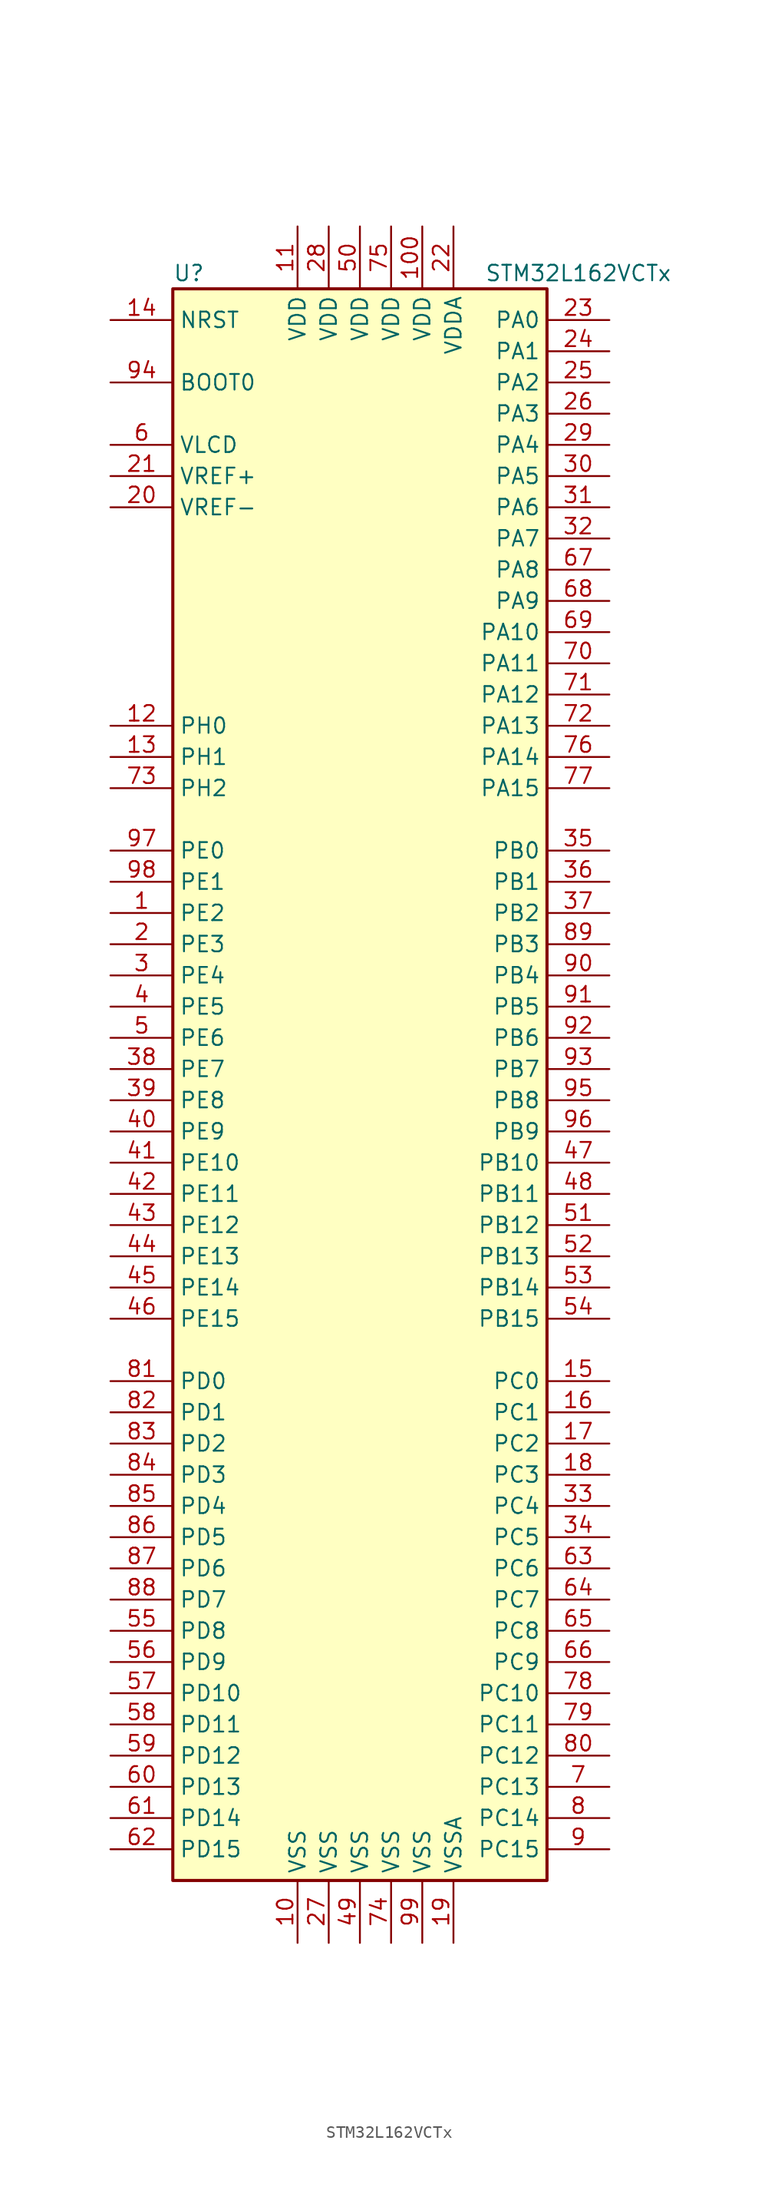
<source format=kicad_sym>
(kicad_symbol_lib
  (version 20201005)
  (generator kicad_symbol_editor)
  (symbol "STM32L162VCTx"
    (property "Reference" "U"
      (at -15.24 64.77 0)
      (effects (font (size 1.27 1.27)) (justify left)))
    (property "Value" "STM32L162VCTx"
      (at 10.16 64.77 0)
      (effects (font (size 1.27 1.27)) (justify left)))
    (symbol "STM32L162VCTx_0_1"
      (rectangle (start -15.24 -66.04) (end 15.24 63.5) (stroke (width 0.254)) (fill (type background))))
    (symbol "STM32L162VCTx_1_1"
      (pin input line (at -20.32 55.88 0) (length 5.08) (name "BOOT0" (effects (font (size 1.27 1.27)))) (number "94" (effects (font (size 1.27 1.27)))))
      (pin input line (at -20.32 60.96 0) (length 5.08) (name "NRST" (effects (font (size 1.27 1.27)))) (number "14" (effects (font (size 1.27 1.27)))))
      (pin bidirectional line (at 20.32 60.96 180) (length 5.08) (name "PA0" (effects (font (size 1.27 1.27)))) (number "23" (effects (font (size 1.27 1.27)))))
      (pin bidirectional line (at 20.32 58.42 180) (length 5.08) (name "PA1" (effects (font (size 1.27 1.27)))) (number "24" (effects (font (size 1.27 1.27)))))
      (pin bidirectional line (at 20.32 35.56 180) (length 5.08) (name "PA10" (effects (font (size 1.27 1.27)))) (number "69" (effects (font (size 1.27 1.27)))))
      (pin bidirectional line (at 20.32 33.02 180) (length 5.08) (name "PA11" (effects (font (size 1.27 1.27)))) (number "70" (effects (font (size 1.27 1.27)))))
      (pin bidirectional line (at 20.32 30.48 180) (length 5.08) (name "PA12" (effects (font (size 1.27 1.27)))) (number "71" (effects (font (size 1.27 1.27)))))
      (pin bidirectional line (at 20.32 27.94 180) (length 5.08) (name "PA13" (effects (font (size 1.27 1.27)))) (number "72" (effects (font (size 1.27 1.27)))))
      (pin bidirectional line (at 20.32 25.4 180) (length 5.08) (name "PA14" (effects (font (size 1.27 1.27)))) (number "76" (effects (font (size 1.27 1.27)))))
      (pin bidirectional line (at 20.32 22.86 180) (length 5.08) (name "PA15" (effects (font (size 1.27 1.27)))) (number "77" (effects (font (size 1.27 1.27)))))
      (pin bidirectional line (at 20.32 55.88 180) (length 5.08) (name "PA2" (effects (font (size 1.27 1.27)))) (number "25" (effects (font (size 1.27 1.27)))))
      (pin bidirectional line (at 20.32 53.34 180) (length 5.08) (name "PA3" (effects (font (size 1.27 1.27)))) (number "26" (effects (font (size 1.27 1.27)))))
      (pin bidirectional line (at 20.32 50.8 180) (length 5.08) (name "PA4" (effects (font (size 1.27 1.27)))) (number "29" (effects (font (size 1.27 1.27)))))
      (pin bidirectional line (at 20.32 48.26 180) (length 5.08) (name "PA5" (effects (font (size 1.27 1.27)))) (number "30" (effects (font (size 1.27 1.27)))))
      (pin bidirectional line (at 20.32 45.72 180) (length 5.08) (name "PA6" (effects (font (size 1.27 1.27)))) (number "31" (effects (font (size 1.27 1.27)))))
      (pin bidirectional line (at 20.32 43.18 180) (length 5.08) (name "PA7" (effects (font (size 1.27 1.27)))) (number "32" (effects (font (size 1.27 1.27)))))
      (pin bidirectional line (at 20.32 40.64 180) (length 5.08) (name "PA8" (effects (font (size 1.27 1.27)))) (number "67" (effects (font (size 1.27 1.27)))))
      (pin bidirectional line (at 20.32 38.1 180) (length 5.08) (name "PA9" (effects (font (size 1.27 1.27)))) (number "68" (effects (font (size 1.27 1.27)))))
      (pin bidirectional line (at 20.32 17.78 180) (length 5.08) (name "PB0" (effects (font (size 1.27 1.27)))) (number "35" (effects (font (size 1.27 1.27)))))
      (pin bidirectional line (at 20.32 15.24 180) (length 5.08) (name "PB1" (effects (font (size 1.27 1.27)))) (number "36" (effects (font (size 1.27 1.27)))))
      (pin bidirectional line (at 20.32 -7.62 180) (length 5.08) (name "PB10" (effects (font (size 1.27 1.27)))) (number "47" (effects (font (size 1.27 1.27)))))
      (pin bidirectional line (at 20.32 -10.16 180) (length 5.08) (name "PB11" (effects (font (size 1.27 1.27)))) (number "48" (effects (font (size 1.27 1.27)))))
      (pin bidirectional line (at 20.32 -12.7 180) (length 5.08) (name "PB12" (effects (font (size 1.27 1.27)))) (number "51" (effects (font (size 1.27 1.27)))))
      (pin bidirectional line (at 20.32 -15.24 180) (length 5.08) (name "PB13" (effects (font (size 1.27 1.27)))) (number "52" (effects (font (size 1.27 1.27)))))
      (pin bidirectional line (at 20.32 -17.78 180) (length 5.08) (name "PB14" (effects (font (size 1.27 1.27)))) (number "53" (effects (font (size 1.27 1.27)))))
      (pin bidirectional line (at 20.32 -20.32 180) (length 5.08) (name "PB15" (effects (font (size 1.27 1.27)))) (number "54" (effects (font (size 1.27 1.27)))))
      (pin bidirectional line (at 20.32 12.7 180) (length 5.08) (name "PB2" (effects (font (size 1.27 1.27)))) (number "37" (effects (font (size 1.27 1.27)))))
      (pin bidirectional line (at 20.32 10.16 180) (length 5.08) (name "PB3" (effects (font (size 1.27 1.27)))) (number "89" (effects (font (size 1.27 1.27)))))
      (pin bidirectional line (at 20.32 7.62 180) (length 5.08) (name "PB4" (effects (font (size 1.27 1.27)))) (number "90" (effects (font (size 1.27 1.27)))))
      (pin bidirectional line (at 20.32 5.08 180) (length 5.08) (name "PB5" (effects (font (size 1.27 1.27)))) (number "91" (effects (font (size 1.27 1.27)))))
      (pin bidirectional line (at 20.32 2.54 180) (length 5.08) (name "PB6" (effects (font (size 1.27 1.27)))) (number "92" (effects (font (size 1.27 1.27)))))
      (pin bidirectional line (at 20.32 0 180) (length 5.08) (name "PB7" (effects (font (size 1.27 1.27)))) (number "93" (effects (font (size 1.27 1.27)))))
      (pin bidirectional line (at 20.32 -2.54 180) (length 5.08) (name "PB8" (effects (font (size 1.27 1.27)))) (number "95" (effects (font (size 1.27 1.27)))))
      (pin bidirectional line (at 20.32 -5.08 180) (length 5.08) (name "PB9" (effects (font (size 1.27 1.27)))) (number "96" (effects (font (size 1.27 1.27)))))
      (pin bidirectional line (at 20.32 -25.4 180) (length 5.08) (name "PC0" (effects (font (size 1.27 1.27)))) (number "15" (effects (font (size 1.27 1.27)))))
      (pin bidirectional line (at 20.32 -27.94 180) (length 5.08) (name "PC1" (effects (font (size 1.27 1.27)))) (number "16" (effects (font (size 1.27 1.27)))))
      (pin bidirectional line (at 20.32 -50.8 180) (length 5.08) (name "PC10" (effects (font (size 1.27 1.27)))) (number "78" (effects (font (size 1.27 1.27)))))
      (pin bidirectional line (at 20.32 -53.34 180) (length 5.08) (name "PC11" (effects (font (size 1.27 1.27)))) (number "79" (effects (font (size 1.27 1.27)))))
      (pin bidirectional line (at 20.32 -55.88 180) (length 5.08) (name "PC12" (effects (font (size 1.27 1.27)))) (number "80" (effects (font (size 1.27 1.27)))))
      (pin bidirectional line (at 20.32 -58.42 180) (length 5.08) (name "PC13" (effects (font (size 1.27 1.27)))) (number "7" (effects (font (size 1.27 1.27)))))
      (pin bidirectional line (at 20.32 -60.96 180) (length 5.08) (name "PC14" (effects (font (size 1.27 1.27)))) (number "8" (effects (font (size 1.27 1.27)))))
      (pin bidirectional line (at 20.32 -63.5 180) (length 5.08) (name "PC15" (effects (font (size 1.27 1.27)))) (number "9" (effects (font (size 1.27 1.27)))))
      (pin bidirectional line (at 20.32 -30.48 180) (length 5.08) (name "PC2" (effects (font (size 1.27 1.27)))) (number "17" (effects (font (size 1.27 1.27)))))
      (pin bidirectional line (at 20.32 -33.02 180) (length 5.08) (name "PC3" (effects (font (size 1.27 1.27)))) (number "18" (effects (font (size 1.27 1.27)))))
      (pin bidirectional line (at 20.32 -35.56 180) (length 5.08) (name "PC4" (effects (font (size 1.27 1.27)))) (number "33" (effects (font (size 1.27 1.27)))))
      (pin bidirectional line (at 20.32 -38.1 180) (length 5.08) (name "PC5" (effects (font (size 1.27 1.27)))) (number "34" (effects (font (size 1.27 1.27)))))
      (pin bidirectional line (at 20.32 -40.64 180) (length 5.08) (name "PC6" (effects (font (size 1.27 1.27)))) (number "63" (effects (font (size 1.27 1.27)))))
      (pin bidirectional line (at 20.32 -43.18 180) (length 5.08) (name "PC7" (effects (font (size 1.27 1.27)))) (number "64" (effects (font (size 1.27 1.27)))))
      (pin bidirectional line (at 20.32 -45.72 180) (length 5.08) (name "PC8" (effects (font (size 1.27 1.27)))) (number "65" (effects (font (size 1.27 1.27)))))
      (pin bidirectional line (at 20.32 -48.26 180) (length 5.08) (name "PC9" (effects (font (size 1.27 1.27)))) (number "66" (effects (font (size 1.27 1.27)))))
      (pin bidirectional line (at -20.32 -25.4 0) (length 5.08) (name "PD0" (effects (font (size 1.27 1.27)))) (number "81" (effects (font (size 1.27 1.27)))))
      (pin bidirectional line (at -20.32 -27.94 0) (length 5.08) (name "PD1" (effects (font (size 1.27 1.27)))) (number "82" (effects (font (size 1.27 1.27)))))
      (pin bidirectional line (at -20.32 -50.8 0) (length 5.08) (name "PD10" (effects (font (size 1.27 1.27)))) (number "57" (effects (font (size 1.27 1.27)))))
      (pin bidirectional line (at -20.32 -53.34 0) (length 5.08) (name "PD11" (effects (font (size 1.27 1.27)))) (number "58" (effects (font (size 1.27 1.27)))))
      (pin bidirectional line (at -20.32 -55.88 0) (length 5.08) (name "PD12" (effects (font (size 1.27 1.27)))) (number "59" (effects (font (size 1.27 1.27)))))
      (pin bidirectional line (at -20.32 -58.42 0) (length 5.08) (name "PD13" (effects (font (size 1.27 1.27)))) (number "60" (effects (font (size 1.27 1.27)))))
      (pin bidirectional line (at -20.32 -60.96 0) (length 5.08) (name "PD14" (effects (font (size 1.27 1.27)))) (number "61" (effects (font (size 1.27 1.27)))))
      (pin bidirectional line (at -20.32 -63.5 0) (length 5.08) (name "PD15" (effects (font (size 1.27 1.27)))) (number "62" (effects (font (size 1.27 1.27)))))
      (pin bidirectional line (at -20.32 -30.48 0) (length 5.08) (name "PD2" (effects (font (size 1.27 1.27)))) (number "83" (effects (font (size 1.27 1.27)))))
      (pin bidirectional line (at -20.32 -33.02 0) (length 5.08) (name "PD3" (effects (font (size 1.27 1.27)))) (number "84" (effects (font (size 1.27 1.27)))))
      (pin bidirectional line (at -20.32 -35.56 0) (length 5.08) (name "PD4" (effects (font (size 1.27 1.27)))) (number "85" (effects (font (size 1.27 1.27)))))
      (pin bidirectional line (at -20.32 -38.1 0) (length 5.08) (name "PD5" (effects (font (size 1.27 1.27)))) (number "86" (effects (font (size 1.27 1.27)))))
      (pin bidirectional line (at -20.32 -40.64 0) (length 5.08) (name "PD6" (effects (font (size 1.27 1.27)))) (number "87" (effects (font (size 1.27 1.27)))))
      (pin bidirectional line (at -20.32 -43.18 0) (length 5.08) (name "PD7" (effects (font (size 1.27 1.27)))) (number "88" (effects (font (size 1.27 1.27)))))
      (pin bidirectional line (at -20.32 -45.72 0) (length 5.08) (name "PD8" (effects (font (size 1.27 1.27)))) (number "55" (effects (font (size 1.27 1.27)))))
      (pin bidirectional line (at -20.32 -48.26 0) (length 5.08) (name "PD9" (effects (font (size 1.27 1.27)))) (number "56" (effects (font (size 1.27 1.27)))))
      (pin bidirectional line (at -20.32 17.78 0) (length 5.08) (name "PE0" (effects (font (size 1.27 1.27)))) (number "97" (effects (font (size 1.27 1.27)))))
      (pin bidirectional line (at -20.32 15.24 0) (length 5.08) (name "PE1" (effects (font (size 1.27 1.27)))) (number "98" (effects (font (size 1.27 1.27)))))
      (pin bidirectional line (at -20.32 -7.62 0) (length 5.08) (name "PE10" (effects (font (size 1.27 1.27)))) (number "41" (effects (font (size 1.27 1.27)))))
      (pin bidirectional line (at -20.32 -10.16 0) (length 5.08) (name "PE11" (effects (font (size 1.27 1.27)))) (number "42" (effects (font (size 1.27 1.27)))))
      (pin bidirectional line (at -20.32 -12.7 0) (length 5.08) (name "PE12" (effects (font (size 1.27 1.27)))) (number "43" (effects (font (size 1.27 1.27)))))
      (pin bidirectional line (at -20.32 -15.24 0) (length 5.08) (name "PE13" (effects (font (size 1.27 1.27)))) (number "44" (effects (font (size 1.27 1.27)))))
      (pin bidirectional line (at -20.32 -17.78 0) (length 5.08) (name "PE14" (effects (font (size 1.27 1.27)))) (number "45" (effects (font (size 1.27 1.27)))))
      (pin bidirectional line (at -20.32 -20.32 0) (length 5.08) (name "PE15" (effects (font (size 1.27 1.27)))) (number "46" (effects (font (size 1.27 1.27)))))
      (pin bidirectional line (at -20.32 12.7 0) (length 5.08) (name "PE2" (effects (font (size 1.27 1.27)))) (number "1" (effects (font (size 1.27 1.27)))))
      (pin bidirectional line (at -20.32 10.16 0) (length 5.08) (name "PE3" (effects (font (size 1.27 1.27)))) (number "2" (effects (font (size 1.27 1.27)))))
      (pin bidirectional line (at -20.32 7.62 0) (length 5.08) (name "PE4" (effects (font (size 1.27 1.27)))) (number "3" (effects (font (size 1.27 1.27)))))
      (pin bidirectional line (at -20.32 5.08 0) (length 5.08) (name "PE5" (effects (font (size 1.27 1.27)))) (number "4" (effects (font (size 1.27 1.27)))))
      (pin bidirectional line (at -20.32 2.54 0) (length 5.08) (name "PE6" (effects (font (size 1.27 1.27)))) (number "5" (effects (font (size 1.27 1.27)))))
      (pin bidirectional line (at -20.32 0 0) (length 5.08) (name "PE7" (effects (font (size 1.27 1.27)))) (number "38" (effects (font (size 1.27 1.27)))))
      (pin bidirectional line (at -20.32 -2.54 0) (length 5.08) (name "PE8" (effects (font (size 1.27 1.27)))) (number "39" (effects (font (size 1.27 1.27)))))
      (pin bidirectional line (at -20.32 -5.08 0) (length 5.08) (name "PE9" (effects (font (size 1.27 1.27)))) (number "40" (effects (font (size 1.27 1.27)))))
      (pin input line (at -20.32 27.94 0) (length 5.08) (name "PH0" (effects (font (size 1.27 1.27)))) (number "12" (effects (font (size 1.27 1.27)))))
      (pin input line (at -20.32 25.4 0) (length 5.08) (name "PH1" (effects (font (size 1.27 1.27)))) (number "13" (effects (font (size 1.27 1.27)))))
      (pin bidirectional line (at -20.32 22.86 0) (length 5.08) (name "PH2" (effects (font (size 1.27 1.27)))) (number "73" (effects (font (size 1.27 1.27)))))
      (pin power_in line (at 5.08 68.58 270) (length 5.08) (name "VDD" (effects (font (size 1.27 1.27)))) (number "100" (effects (font (size 1.27 1.27)))))
      (pin power_in line (at -5.08 68.58 270) (length 5.08) (name "VDD" (effects (font (size 1.27 1.27)))) (number "11" (effects (font (size 1.27 1.27)))))
      (pin power_in line (at -2.54 68.58 270) (length 5.08) (name "VDD" (effects (font (size 1.27 1.27)))) (number "28" (effects (font (size 1.27 1.27)))))
      (pin power_in line (at 0 68.58 270) (length 5.08) (name "VDD" (effects (font (size 1.27 1.27)))) (number "50" (effects (font (size 1.27 1.27)))))
      (pin power_in line (at 2.54 68.58 270) (length 5.08) (name "VDD" (effects (font (size 1.27 1.27)))) (number "75" (effects (font (size 1.27 1.27)))))
      (pin power_in line (at 7.62 68.58 270) (length 5.08) (name "VDDA" (effects (font (size 1.27 1.27)))) (number "22" (effects (font (size 1.27 1.27)))))
      (pin power_in line (at -20.32 50.8 0) (length 5.08) (name "VLCD" (effects (font (size 1.27 1.27)))) (number "6" (effects (font (size 1.27 1.27)))))
      (pin power_in line (at -20.32 48.26 0) (length 5.08) (name "VREF+" (effects (font (size 1.27 1.27)))) (number "21" (effects (font (size 1.27 1.27)))))
      (pin power_in line (at -20.32 45.72 0) (length 5.08) (name "VREF-" (effects (font (size 1.27 1.27)))) (number "20" (effects (font (size 1.27 1.27)))))
      (pin power_in line (at -5.08 -71.12 90) (length 5.08) (name "VSS" (effects (font (size 1.27 1.27)))) (number "10" (effects (font (size 1.27 1.27)))))
      (pin power_in line (at -2.54 -71.12 90) (length 5.08) (name "VSS" (effects (font (size 1.27 1.27)))) (number "27" (effects (font (size 1.27 1.27)))))
      (pin power_in line (at 0 -71.12 90) (length 5.08) (name "VSS" (effects (font (size 1.27 1.27)))) (number "49" (effects (font (size 1.27 1.27)))))
      (pin power_in line (at 2.54 -71.12 90) (length 5.08) (name "VSS" (effects (font (size 1.27 1.27)))) (number "74" (effects (font (size 1.27 1.27)))))
      (pin power_in line (at 5.08 -71.12 90) (length 5.08) (name "VSS" (effects (font (size 1.27 1.27)))) (number "99" (effects (font (size 1.27 1.27)))))
      (pin power_in line (at 7.62 -71.12 90) (length 5.08) (name "VSSA" (effects (font (size 1.27 1.27)))) (number "19" (effects (font (size 1.27 1.27))))))))
</source>
